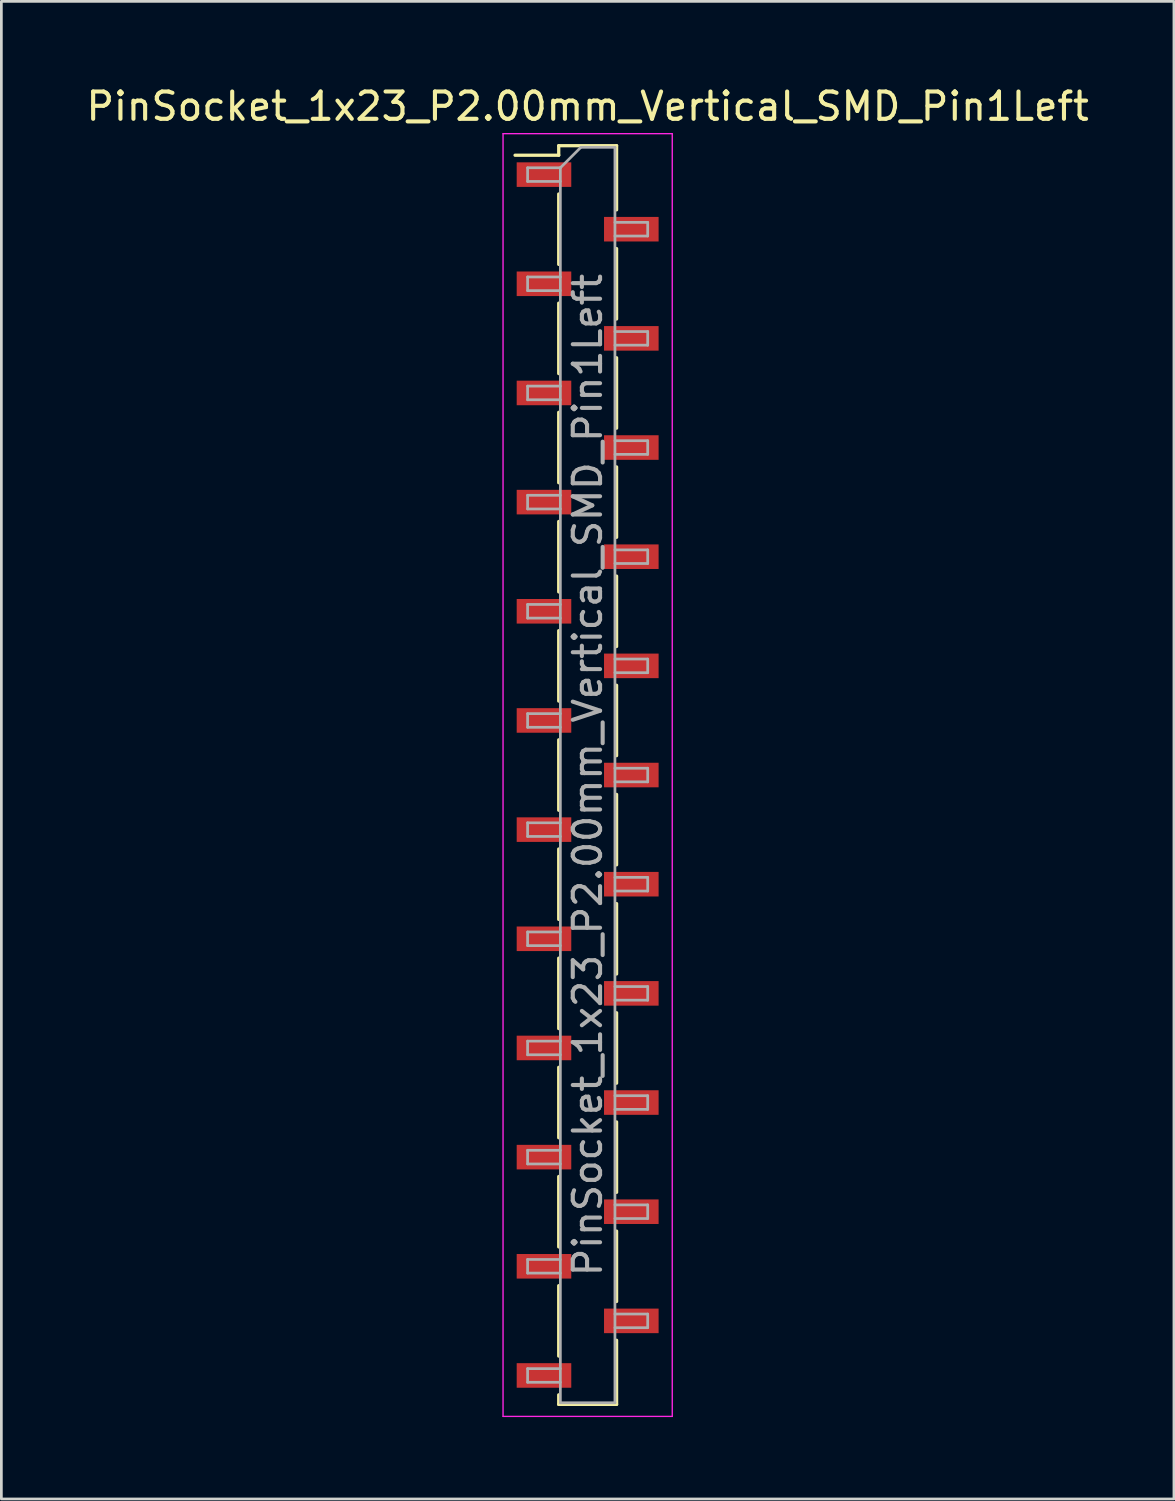
<source format=kicad_pcb>
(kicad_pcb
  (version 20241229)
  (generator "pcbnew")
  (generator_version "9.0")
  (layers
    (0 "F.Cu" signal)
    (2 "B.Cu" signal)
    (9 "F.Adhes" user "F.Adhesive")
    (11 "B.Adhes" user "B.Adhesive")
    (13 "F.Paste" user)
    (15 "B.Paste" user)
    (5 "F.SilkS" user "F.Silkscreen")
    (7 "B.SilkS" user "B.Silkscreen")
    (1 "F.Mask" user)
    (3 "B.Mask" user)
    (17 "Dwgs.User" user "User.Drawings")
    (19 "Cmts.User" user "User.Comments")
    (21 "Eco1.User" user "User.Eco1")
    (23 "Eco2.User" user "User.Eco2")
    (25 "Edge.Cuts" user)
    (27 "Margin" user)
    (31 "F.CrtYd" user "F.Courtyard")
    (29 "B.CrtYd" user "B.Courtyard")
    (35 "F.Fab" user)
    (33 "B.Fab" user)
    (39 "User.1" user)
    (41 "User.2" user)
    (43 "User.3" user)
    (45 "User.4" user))
  (footprint "PinSocket_1x23_P2.00mm_Vertical_SMD_Pin1Left"
    (layer "F.Cu")
    (at 18.482 25.348)
    (property "Reference" "PinSocket_1x23_P2.00mm_Vertical_SMD_Pin1Left" (at 0 -24.5 0) (layer "F.SilkS") (effects (font (size 1 1) (thickness 0.15))))
    (attr smd)
    (fp_line (start -2.66 -22.71) (end -1.06 -22.71) (stroke (width 0.12) (type solid)) (layer "F.SilkS"))
    (fp_line (start -1.06 -23.06) (end 1.06 -23.06) (stroke (width 0.12) (type solid)) (layer "F.SilkS"))
    (fp_line (start -1.06 -22.71) (end -1.06 -23.06) (stroke (width 0.12) (type solid)) (layer "F.SilkS"))
    (fp_line (start -1.06 -21.29) (end -1.06 -18.71) (stroke (width 0.12) (type solid)) (layer "F.SilkS"))
    (fp_line (start -1.06 -17.29) (end -1.06 -14.71) (stroke (width 0.12) (type solid)) (layer "F.SilkS"))
    (fp_line (start -1.06 -13.29) (end -1.06 -10.71) (stroke (width 0.12) (type solid)) (layer "F.SilkS"))
    (fp_line (start -1.06 -9.29) (end -1.06 -6.71) (stroke (width 0.12) (type solid)) (layer "F.SilkS"))
    (fp_line (start -1.06 -5.29) (end -1.06 -2.71) (stroke (width 0.12) (type solid)) (layer "F.SilkS"))
    (fp_line (start -1.06 -1.29) (end -1.06 1.29) (stroke (width 0.12) (type solid)) (layer "F.SilkS"))
    (fp_line (start -1.06 2.71) (end -1.06 5.29) (stroke (width 0.12) (type solid)) (layer "F.SilkS"))
    (fp_line (start -1.06 6.71) (end -1.06 9.29) (stroke (width 0.12) (type solid)) (layer "F.SilkS"))
    (fp_line (start -1.06 10.71) (end -1.06 13.29) (stroke (width 0.12) (type solid)) (layer "F.SilkS"))
    (fp_line (start -1.06 14.71) (end -1.06 17.29) (stroke (width 0.12) (type solid)) (layer "F.SilkS"))
    (fp_line (start -1.06 18.71) (end -1.06 21.29) (stroke (width 0.12) (type solid)) (layer "F.SilkS"))
    (fp_line (start -1.06 23.06) (end -1.06 22.71) (stroke (width 0.12) (type solid)) (layer "F.SilkS"))
    (fp_line (start 1.06 -23.06) (end 1.06 -20.71) (stroke (width 0.12) (type solid)) (layer "F.SilkS"))
    (fp_line (start 1.06 -19.29) (end 1.06 -16.71) (stroke (width 0.12) (type solid)) (layer "F.SilkS"))
    (fp_line (start 1.06 -15.29) (end 1.06 -12.71) (stroke (width 0.12) (type solid)) (layer "F.SilkS"))
    (fp_line (start 1.06 -11.29) (end 1.06 -8.71) (stroke (width 0.12) (type solid)) (layer "F.SilkS"))
    (fp_line (start 1.06 -7.29) (end 1.06 -4.71) (stroke (width 0.12) (type solid)) (layer "F.SilkS"))
    (fp_line (start 1.06 -3.29) (end 1.06 -0.71) (stroke (width 0.12) (type solid)) (layer "F.SilkS"))
    (fp_line (start 1.06 0.71) (end 1.06 3.29) (stroke (width 0.12) (type solid)) (layer "F.SilkS"))
    (fp_line (start 1.06 4.71) (end 1.06 7.29) (stroke (width 0.12) (type solid)) (layer "F.SilkS"))
    (fp_line (start 1.06 8.71) (end 1.06 11.29) (stroke (width 0.12) (type solid)) (layer "F.SilkS"))
    (fp_line (start 1.06 12.71) (end 1.06 15.29) (stroke (width 0.12) (type solid)) (layer "F.SilkS"))
    (fp_line (start 1.06 16.71) (end 1.06 19.29) (stroke (width 0.12) (type solid)) (layer "F.SilkS"))
    (fp_line (start 1.06 20.71) (end 1.06 23.06) (stroke (width 0.12) (type solid)) (layer "F.SilkS"))
    (fp_line (start 1.06 23.06) (end -1.06 23.06) (stroke (width 0.12) (type solid)) (layer "F.SilkS"))
    (fp_line (start -3.1 -23.5) (end 3.1 -23.5) (stroke (width 0.05) (type solid)) (layer "F.CrtYd"))
    (fp_line (start -3.1 23.5) (end -3.1 -23.5) (stroke (width 0.05) (type solid)) (layer "F.CrtYd"))
    (fp_line (start 3.1 -23.5) (end 3.1 23.5) (stroke (width 0.05) (type solid)) (layer "F.CrtYd"))
    (fp_line (start 3.1 23.5) (end -3.1 23.5) (stroke (width 0.05) (type solid)) (layer "F.CrtYd"))
    (fp_line (start -2.2 -22.25) (end -1 -22.25) (stroke (width 0.1) (type solid)) (layer "F.Fab"))
    (fp_line (start -2.2 -21.75) (end -2.2 -22.25) (stroke (width 0.1) (type solid)) (layer "F.Fab"))
    (fp_line (start -2.2 -18.25) (end -1 -18.25) (stroke (width 0.1) (type solid)) (layer "F.Fab"))
    (fp_line (start -2.2 -17.75) (end -2.2 -18.25) (stroke (width 0.1) (type solid)) (layer "F.Fab"))
    (fp_line (start -2.2 -14.25) (end -1 -14.25) (stroke (width 0.1) (type solid)) (layer "F.Fab"))
    (fp_line (start -2.2 -13.75) (end -2.2 -14.25) (stroke (width 0.1) (type solid)) (layer "F.Fab"))
    (fp_line (start -2.2 -10.25) (end -1 -10.25) (stroke (width 0.1) (type solid)) (layer "F.Fab"))
    (fp_line (start -2.2 -9.75) (end -2.2 -10.25) (stroke (width 0.1) (type solid)) (layer "F.Fab"))
    (fp_line (start -2.2 -6.25) (end -1 -6.25) (stroke (width 0.1) (type solid)) (layer "F.Fab"))
    (fp_line (start -2.2 -5.75) (end -2.2 -6.25) (stroke (width 0.1) (type solid)) (layer "F.Fab"))
    (fp_line (start -2.2 -2.25) (end -1 -2.25) (stroke (width 0.1) (type solid)) (layer "F.Fab"))
    (fp_line (start -2.2 -1.75) (end -2.2 -2.25) (stroke (width 0.1) (type solid)) (layer "F.Fab"))
    (fp_line (start -2.2 1.75) (end -1 1.75) (stroke (width 0.1) (type solid)) (layer "F.Fab"))
    (fp_line (start -2.2 2.25) (end -2.2 1.75) (stroke (width 0.1) (type solid)) (layer "F.Fab"))
    (fp_line (start -2.2 5.75) (end -1 5.75) (stroke (width 0.1) (type solid)) (layer "F.Fab"))
    (fp_line (start -2.2 6.25) (end -2.2 5.75) (stroke (width 0.1) (type solid)) (layer "F.Fab"))
    (fp_line (start -2.2 9.75) (end -1 9.75) (stroke (width 0.1) (type solid)) (layer "F.Fab"))
    (fp_line (start -2.2 10.25) (end -2.2 9.75) (stroke (width 0.1) (type solid)) (layer "F.Fab"))
    (fp_line (start -2.2 13.75) (end -1 13.75) (stroke (width 0.1) (type solid)) (layer "F.Fab"))
    (fp_line (start -2.2 14.25) (end -2.2 13.75) (stroke (width 0.1) (type solid)) (layer "F.Fab"))
    (fp_line (start -2.2 17.75) (end -1 17.75) (stroke (width 0.1) (type solid)) (layer "F.Fab"))
    (fp_line (start -2.2 18.25) (end -2.2 17.75) (stroke (width 0.1) (type solid)) (layer "F.Fab"))
    (fp_line (start -2.2 21.75) (end -1 21.75) (stroke (width 0.1) (type solid)) (layer "F.Fab"))
    (fp_line (start -2.2 22.25) (end -2.2 21.75) (stroke (width 0.1) (type solid)) (layer "F.Fab"))
    (fp_line (start -1 -22.25) (end -0.25 -23) (stroke (width 0.1) (type solid)) (layer "F.Fab"))
    (fp_line (start -1 -21.75) (end -2.2 -21.75) (stroke (width 0.1) (type solid)) (layer "F.Fab"))
    (fp_line (start -1 -17.75) (end -2.2 -17.75) (stroke (width 0.1) (type solid)) (layer "F.Fab"))
    (fp_line (start -1 -13.75) (end -2.2 -13.75) (stroke (width 0.1) (type solid)) (layer "F.Fab"))
    (fp_line (start -1 -9.75) (end -2.2 -9.75) (stroke (width 0.1) (type solid)) (layer "F.Fab"))
    (fp_line (start -1 -5.75) (end -2.2 -5.75) (stroke (width 0.1) (type solid)) (layer "F.Fab"))
    (fp_line (start -1 -1.75) (end -2.2 -1.75) (stroke (width 0.1) (type solid)) (layer "F.Fab"))
    (fp_line (start -1 2.25) (end -2.2 2.25) (stroke (width 0.1) (type solid)) (layer "F.Fab"))
    (fp_line (start -1 6.25) (end -2.2 6.25) (stroke (width 0.1) (type solid)) (layer "F.Fab"))
    (fp_line (start -1 10.25) (end -2.2 10.25) (stroke (width 0.1) (type solid)) (layer "F.Fab"))
    (fp_line (start -1 14.25) (end -2.2 14.25) (stroke (width 0.1) (type solid)) (layer "F.Fab"))
    (fp_line (start -1 18.25) (end -2.2 18.25) (stroke (width 0.1) (type solid)) (layer "F.Fab"))
    (fp_line (start -1 22.25) (end -2.2 22.25) (stroke (width 0.1) (type solid)) (layer "F.Fab"))
    (fp_line (start -1 23) (end -1 -22.25) (stroke (width 0.1) (type solid)) (layer "F.Fab"))
    (fp_line (start -0.25 -23) (end 1 -23) (stroke (width 0.1) (type solid)) (layer "F.Fab"))
    (fp_line (start 1 -23) (end 1 23) (stroke (width 0.1) (type solid)) (layer "F.Fab"))
    (fp_line (start 1 -20.25) (end 2.2 -20.25) (stroke (width 0.1) (type solid)) (layer "F.Fab"))
    (fp_line (start 1 -16.25) (end 2.2 -16.25) (stroke (width 0.1) (type solid)) (layer "F.Fab"))
    (fp_line (start 1 -12.25) (end 2.2 -12.25) (stroke (width 0.1) (type solid)) (layer "F.Fab"))
    (fp_line (start 1 -8.25) (end 2.2 -8.25) (stroke (width 0.1) (type solid)) (layer "F.Fab"))
    (fp_line (start 1 -4.25) (end 2.2 -4.25) (stroke (width 0.1) (type solid)) (layer "F.Fab"))
    (fp_line (start 1 -0.25) (end 2.2 -0.25) (stroke (width 0.1) (type solid)) (layer "F.Fab"))
    (fp_line (start 1 3.75) (end 2.2 3.75) (stroke (width 0.1) (type solid)) (layer "F.Fab"))
    (fp_line (start 1 7.75) (end 2.2 7.75) (stroke (width 0.1) (type solid)) (layer "F.Fab"))
    (fp_line (start 1 11.75) (end 2.2 11.75) (stroke (width 0.1) (type solid)) (layer "F.Fab"))
    (fp_line (start 1 15.75) (end 2.2 15.75) (stroke (width 0.1) (type solid)) (layer "F.Fab"))
    (fp_line (start 1 19.75) (end 2.2 19.75) (stroke (width 0.1) (type solid)) (layer "F.Fab"))
    (fp_line (start 1 23) (end -1 23) (stroke (width 0.1) (type solid)) (layer "F.Fab"))
    (fp_line (start 2.2 -20.25) (end 2.2 -19.75) (stroke (width 0.1) (type solid)) (layer "F.Fab"))
    (fp_line (start 2.2 -19.75) (end 1 -19.75) (stroke (width 0.1) (type solid)) (layer "F.Fab"))
    (fp_line (start 2.2 -16.25) (end 2.2 -15.75) (stroke (width 0.1) (type solid)) (layer "F.Fab"))
    (fp_line (start 2.2 -15.75) (end 1 -15.75) (stroke (width 0.1) (type solid)) (layer "F.Fab"))
    (fp_line (start 2.2 -12.25) (end 2.2 -11.75) (stroke (width 0.1) (type solid)) (layer "F.Fab"))
    (fp_line (start 2.2 -11.75) (end 1 -11.75) (stroke (width 0.1) (type solid)) (layer "F.Fab"))
    (fp_line (start 2.2 -8.25) (end 2.2 -7.75) (stroke (width 0.1) (type solid)) (layer "F.Fab"))
    (fp_line (start 2.2 -7.75) (end 1 -7.75) (stroke (width 0.1) (type solid)) (layer "F.Fab"))
    (fp_line (start 2.2 -4.25) (end 2.2 -3.75) (stroke (width 0.1) (type solid)) (layer "F.Fab"))
    (fp_line (start 2.2 -3.75) (end 1 -3.75) (stroke (width 0.1) (type solid)) (layer "F.Fab"))
    (fp_line (start 2.2 -0.25) (end 2.2 0.25) (stroke (width 0.1) (type solid)) (layer "F.Fab"))
    (fp_line (start 2.2 0.25) (end 1 0.25) (stroke (width 0.1) (type solid)) (layer "F.Fab"))
    (fp_line (start 2.2 3.75) (end 2.2 4.25) (stroke (width 0.1) (type solid)) (layer "F.Fab"))
    (fp_line (start 2.2 4.25) (end 1 4.25) (stroke (width 0.1) (type solid)) (layer "F.Fab"))
    (fp_line (start 2.2 7.75) (end 2.2 8.25) (stroke (width 0.1) (type solid)) (layer "F.Fab"))
    (fp_line (start 2.2 8.25) (end 1 8.25) (stroke (width 0.1) (type solid)) (layer "F.Fab"))
    (fp_line (start 2.2 11.75) (end 2.2 12.25) (stroke (width 0.1) (type solid)) (layer "F.Fab"))
    (fp_line (start 2.2 12.25) (end 1 12.25) (stroke (width 0.1) (type solid)) (layer "F.Fab"))
    (fp_line (start 2.2 15.75) (end 2.2 16.25) (stroke (width 0.1) (type solid)) (layer "F.Fab"))
    (fp_line (start 2.2 16.25) (end 1 16.25) (stroke (width 0.1) (type solid)) (layer "F.Fab"))
    (fp_line (start 2.2 19.75) (end 2.2 20.25) (stroke (width 0.1) (type solid)) (layer "F.Fab"))
    (fp_line (start 2.2 20.25) (end 1 20.25) (stroke (width 0.1) (type solid)) (layer "F.Fab"))
    (fp_text user "${REFERENCE}" (at 0 0 90) (layer "F.Fab") (effects (font (size 1 1) (thickness 0.15))))
    (pad "1" smd rect (at -1.6 -22) (size 2 0.9) (layers "F.Cu" "F.Mask" "F.Paste"))
    (pad "2" smd rect (at 1.6 -20) (size 2 0.9) (layers "F.Cu" "F.Mask" "F.Paste"))
    (pad "3" smd rect (at -1.6 -18) (size 2 0.9) (layers "F.Cu" "F.Mask" "F.Paste"))
    (pad "4" smd rect (at 1.6 -16) (size 2 0.9) (layers "F.Cu" "F.Mask" "F.Paste"))
    (pad "5" smd rect (at -1.6 -14) (size 2 0.9) (layers "F.Cu" "F.Mask" "F.Paste"))
    (pad "6" smd rect (at 1.6 -12) (size 2 0.9) (layers "F.Cu" "F.Mask" "F.Paste"))
    (pad "7" smd rect (at -1.6 -10) (size 2 0.9) (layers "F.Cu" "F.Mask" "F.Paste"))
    (pad "8" smd rect (at 1.6 -8) (size 2 0.9) (layers "F.Cu" "F.Mask" "F.Paste"))
    (pad "9" smd rect (at -1.6 -6) (size 2 0.9) (layers "F.Cu" "F.Mask" "F.Paste"))
    (pad "10" smd rect (at 1.6 -4) (size 2 0.9) (layers "F.Cu" "F.Mask" "F.Paste"))
    (pad "11" smd rect (at -1.6 -2) (size 2 0.9) (layers "F.Cu" "F.Mask" "F.Paste"))
    (pad "12" smd rect (at 1.6 0) (size 2 0.9) (layers "F.Cu" "F.Mask" "F.Paste"))
    (pad "13" smd rect (at -1.6 2) (size 2 0.9) (layers "F.Cu" "F.Mask" "F.Paste"))
    (pad "14" smd rect (at 1.6 4) (size 2 0.9) (layers "F.Cu" "F.Mask" "F.Paste"))
    (pad "15" smd rect (at -1.6 6) (size 2 0.9) (layers "F.Cu" "F.Mask" "F.Paste"))
    (pad "16" smd rect (at 1.6 8) (size 2 0.9) (layers "F.Cu" "F.Mask" "F.Paste"))
    (pad "17" smd rect (at -1.6 10) (size 2 0.9) (layers "F.Cu" "F.Mask" "F.Paste"))
    (pad "18" smd rect (at 1.6 12) (size 2 0.9) (layers "F.Cu" "F.Mask" "F.Paste"))
    (pad "19" smd rect (at -1.6 14) (size 2 0.9) (layers "F.Cu" "F.Mask" "F.Paste"))
    (pad "20" smd rect (at 1.6 16) (size 2 0.9) (layers "F.Cu" "F.Mask" "F.Paste"))
    (pad "21" smd rect (at -1.6 18) (size 2 0.9) (layers "F.Cu" "F.Mask" "F.Paste"))
    (pad "22" smd rect (at 1.6 20) (size 2 0.9) (layers "F.Cu" "F.Mask" "F.Paste"))
    (pad "23" smd rect (at -1.6 22) (size 2 0.9) (layers "F.Cu" "F.Mask" "F.Paste")))
  (gr_rect
    (start -3 -3)
    (end 39.964 51.873)
    (stroke (width 0.1) (type default))
    (fill no)
    (layer "Edge.Cuts")))
</source>
